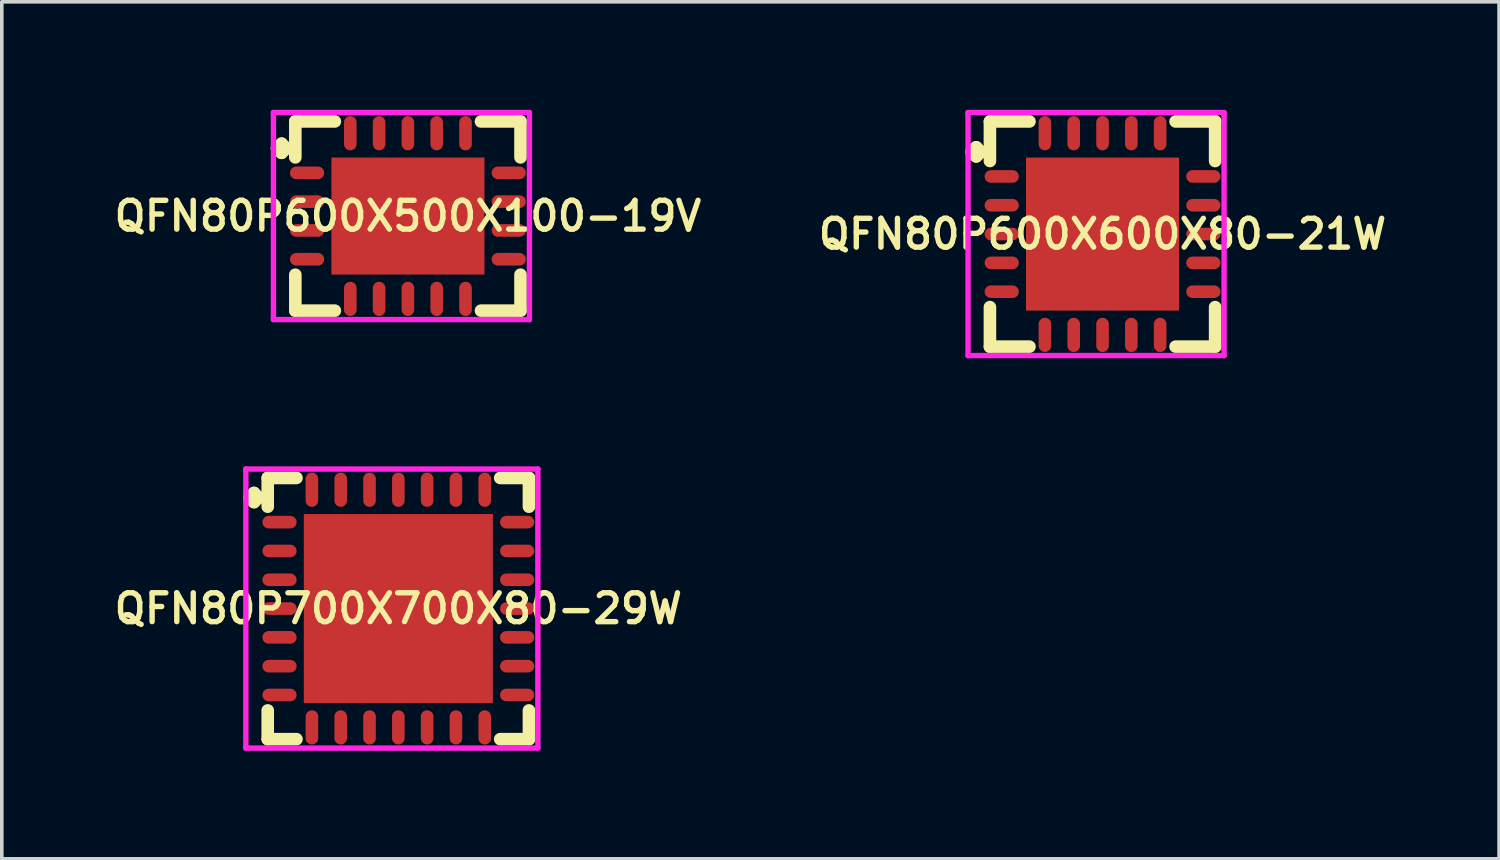
<source format=kicad_pcb>
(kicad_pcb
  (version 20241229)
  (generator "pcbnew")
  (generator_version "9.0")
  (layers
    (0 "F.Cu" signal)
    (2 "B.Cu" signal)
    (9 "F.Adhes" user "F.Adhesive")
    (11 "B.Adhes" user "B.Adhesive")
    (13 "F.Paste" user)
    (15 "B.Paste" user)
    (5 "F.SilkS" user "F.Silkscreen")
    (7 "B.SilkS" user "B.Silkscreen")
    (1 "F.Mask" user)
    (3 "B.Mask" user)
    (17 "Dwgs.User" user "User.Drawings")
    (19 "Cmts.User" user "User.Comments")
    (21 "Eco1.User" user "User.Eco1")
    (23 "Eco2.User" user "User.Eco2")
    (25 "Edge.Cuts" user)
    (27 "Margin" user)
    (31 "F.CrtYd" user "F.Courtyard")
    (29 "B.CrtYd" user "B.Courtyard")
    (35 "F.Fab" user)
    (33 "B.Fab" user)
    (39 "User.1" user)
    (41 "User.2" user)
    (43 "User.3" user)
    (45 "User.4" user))
  (footprint "QFN80P600X600X80-21W"
    (layer "F.Cu")
    (at 27.568 3.45)
    (property "Reference" "QFN80P600X600X80-21W" (at 0 0 0) (layer "F.SilkS") (effects (font (size 0.8 0.8) (thickness 0.15))))
    (attr smd)
    (fp_line (start -3.635 -2.283) (end -3.508 -2.41) (stroke (width 0.35) (type solid)) (layer "F.SilkS"))
    (fp_line (start -3.508 -2.41) (end -3.381 -2.283) (stroke (width 0.35) (type solid)) (layer "F.SilkS"))
    (fp_line (start -3.508 -2.156) (end -3.635 -2.283) (stroke (width 0.35) (type solid)) (layer "F.SilkS"))
    (fp_line (start -3.381 -2.283) (end -3.508 -2.156) (stroke (width 0.35) (type solid)) (layer "F.SilkS"))
    (fp_line (start -3.127 -3.127) (end -2.029 -3.127) (stroke (width 0.35) (type solid)) (layer "F.SilkS"))
    (fp_line (start -3.127 -2.029) (end -3.127 -3.127) (stroke (width 0.35) (type solid)) (layer "F.SilkS"))
    (fp_line (start -3.127 2.029) (end -3.127 3.127) (stroke (width 0.35) (type solid)) (layer "F.SilkS"))
    (fp_line (start -3.127 3.127) (end -2.029 3.127) (stroke (width 0.35) (type solid)) (layer "F.SilkS"))
    (fp_line (start 2.029 -3.127) (end 3.127 -3.127) (stroke (width 0.35) (type solid)) (layer "F.SilkS"))
    (fp_line (start 2.029 3.127) (end 3.127 3.127) (stroke (width 0.35) (type solid)) (layer "F.SilkS"))
    (fp_line (start 3.127 -3.127) (end 3.127 -2.029) (stroke (width 0.35) (type solid)) (layer "F.SilkS"))
    (fp_line (start 3.127 3.127) (end 3.127 2.029) (stroke (width 0.35) (type solid)) (layer "F.SilkS"))
    (fp_line (start -3.735 -3.375) (end 3.375 -3.375) (stroke (width 0.15) (type solid)) (layer "F.CrtYd"))
    (fp_line (start -3.735 3.375) (end -3.735 -3.375) (stroke (width 0.15) (type solid)) (layer "F.CrtYd"))
    (fp_line (start 3.375 -3.375) (end 3.375 3.375) (stroke (width 0.15) (type solid)) (layer "F.CrtYd"))
    (fp_line (start 3.375 3.375) (end -3.735 3.375) (stroke (width 0.15) (type solid)) (layer "F.CrtYd"))
    (pad "1" smd oval (at -2.8 -1.6) (size 0.95 0.35) (layers "F.Cu" "F.Mask" "F.Paste"))
    (pad "2" smd oval (at -2.8 -0.8) (size 0.95 0.35) (layers "F.Cu" "F.Mask" "F.Paste"))
    (pad "3" smd oval (at -2.8 0) (size 0.95 0.35) (layers "F.Cu" "F.Mask" "F.Paste"))
    (pad "4" smd oval (at -2.8 0.8) (size 0.95 0.35) (layers "F.Cu" "F.Mask" "F.Paste"))
    (pad "5" smd oval (at -2.8 1.6) (size 0.95 0.35) (layers "F.Cu" "F.Mask" "F.Paste"))
    (pad "6" smd oval (at -1.6 2.8) (size 0.35 0.95) (layers "F.Cu" "F.Mask" "F.Paste"))
    (pad "7" smd oval (at -0.8 2.8) (size 0.35 0.95) (layers "F.Cu" "F.Mask" "F.Paste"))
    (pad "8" smd oval (at 0 2.8) (size 0.35 0.95) (layers "F.Cu" "F.Mask" "F.Paste"))
    (pad "9" smd oval (at 0.8 2.8) (size 0.35 0.95) (layers "F.Cu" "F.Mask" "F.Paste"))
    (pad "10" smd oval (at 1.6 2.8) (size 0.35 0.95) (layers "F.Cu" "F.Mask" "F.Paste"))
    (pad "11" smd oval (at 2.8 1.6) (size 0.95 0.35) (layers "F.Cu" "F.Mask" "F.Paste"))
    (pad "12" smd oval (at 2.8 0.8) (size 0.95 0.35) (layers "F.Cu" "F.Mask" "F.Paste"))
    (pad "13" smd oval (at 2.8 0) (size 0.95 0.35) (layers "F.Cu" "F.Mask" "F.Paste"))
    (pad "14" smd oval (at 2.8 -0.8) (size 0.95 0.35) (layers "F.Cu" "F.Mask" "F.Paste"))
    (pad "15" smd oval (at 2.8 -1.6) (size 0.95 0.35) (layers "F.Cu" "F.Mask" "F.Paste"))
    (pad "16" smd oval (at 1.6 -2.8) (size 0.35 0.95) (layers "F.Cu" "F.Mask" "F.Paste"))
    (pad "17" smd oval (at 0.8 -2.8) (size 0.35 0.95) (layers "F.Cu" "F.Mask" "F.Paste"))
    (pad "18" smd oval (at 0 -2.8) (size 0.35 0.95) (layers "F.Cu" "F.Mask" "F.Paste"))
    (pad "19" smd oval (at -0.8 -2.8) (size 0.35 0.95) (layers "F.Cu" "F.Mask" "F.Paste"))
    (pad "20" smd oval (at -1.6 -2.8) (size 0.35 0.95) (layers "F.Cu" "F.Mask" "F.Paste"))
    (pad "21" smd rect (at 0 0) (size 4.25 4.25) (layers "F.Cu" "F.Mask" "F.Paste")))
  (footprint "QFN80P600X500X100-19V"
    (layer "F.Cu")
    (at 8.278 2.95)
    (property "Reference" "QFN80P600X500X100-19V" (at 0 0 0) (layer "F.SilkS") (effects (font (size 0.8 0.8) (thickness 0.15))))
    (attr smd)
    (fp_line (start -3.635 -1.883) (end -3.508 -2.01) (stroke (width 0.35) (type solid)) (layer "F.SilkS"))
    (fp_line (start -3.508 -2.01) (end -3.381 -1.883) (stroke (width 0.35) (type solid)) (layer "F.SilkS"))
    (fp_line (start -3.508 -1.756) (end -3.635 -1.883) (stroke (width 0.35) (type solid)) (layer "F.SilkS"))
    (fp_line (start -3.381 -1.883) (end -3.508 -1.756) (stroke (width 0.35) (type solid)) (layer "F.SilkS"))
    (fp_line (start -3.127 -2.627) (end -2.029 -2.627) (stroke (width 0.35) (type solid)) (layer "F.SilkS"))
    (fp_line (start -3.127 -1.629) (end -3.127 -2.627) (stroke (width 0.35) (type solid)) (layer "F.SilkS"))
    (fp_line (start -3.127 1.629) (end -3.127 2.627) (stroke (width 0.35) (type solid)) (layer "F.SilkS"))
    (fp_line (start -3.127 2.627) (end -2.029 2.627) (stroke (width 0.35) (type solid)) (layer "F.SilkS"))
    (fp_line (start 2.029 -2.627) (end 3.127 -2.627) (stroke (width 0.35) (type solid)) (layer "F.SilkS"))
    (fp_line (start 2.029 2.627) (end 3.127 2.627) (stroke (width 0.35) (type solid)) (layer "F.SilkS"))
    (fp_line (start 3.127 -2.627) (end 3.127 -1.629) (stroke (width 0.35) (type solid)) (layer "F.SilkS"))
    (fp_line (start 3.127 2.627) (end 3.127 1.629) (stroke (width 0.35) (type solid)) (layer "F.SilkS"))
    (fp_line (start -3.735 -2.875) (end 3.375 -2.875) (stroke (width 0.15) (type solid)) (layer "F.CrtYd"))
    (fp_line (start -3.735 2.875) (end -3.735 -2.875) (stroke (width 0.15) (type solid)) (layer "F.CrtYd"))
    (fp_line (start 3.375 -2.875) (end 3.375 2.875) (stroke (width 0.15) (type solid)) (layer "F.CrtYd"))
    (fp_line (start 3.375 2.875) (end -3.735 2.875) (stroke (width 0.15) (type solid)) (layer "F.CrtYd"))
    (pad "1" smd oval (at -2.8 -1.2) (size 0.95 0.35) (layers "F.Cu" "F.Mask" "F.Paste"))
    (pad "2" smd oval (at -2.8 -0.4) (size 0.95 0.35) (layers "F.Cu" "F.Mask" "F.Paste"))
    (pad "3" smd oval (at -2.8 0.4) (size 0.95 0.35) (layers "F.Cu" "F.Mask" "F.Paste"))
    (pad "4" smd oval (at -2.8 1.2) (size 0.95 0.35) (layers "F.Cu" "F.Mask" "F.Paste"))
    (pad "5" smd oval (at -1.6 2.3) (size 0.35 0.95) (layers "F.Cu" "F.Mask" "F.Paste"))
    (pad "6" smd oval (at -0.8 2.3) (size 0.35 0.95) (layers "F.Cu" "F.Mask" "F.Paste"))
    (pad "7" smd oval (at 0 2.3) (size 0.35 0.95) (layers "F.Cu" "F.Mask" "F.Paste"))
    (pad "8" smd oval (at 0.8 2.3) (size 0.35 0.95) (layers "F.Cu" "F.Mask" "F.Paste"))
    (pad "9" smd oval (at 1.6 2.3) (size 0.35 0.95) (layers "F.Cu" "F.Mask" "F.Paste"))
    (pad "10" smd oval (at 2.8 1.2) (size 0.95 0.35) (layers "F.Cu" "F.Mask" "F.Paste"))
    (pad "11" smd oval (at 2.8 0.4) (size 0.95 0.35) (layers "F.Cu" "F.Mask" "F.Paste"))
    (pad "12" smd oval (at 2.8 -0.4) (size 0.95 0.35) (layers "F.Cu" "F.Mask" "F.Paste"))
    (pad "13" smd oval (at 2.8 -1.2) (size 0.95 0.35) (layers "F.Cu" "F.Mask" "F.Paste"))
    (pad "14" smd oval (at 1.6 -2.3) (size 0.35 0.95) (layers "F.Cu" "F.Mask" "F.Paste"))
    (pad "15" smd oval (at 0.8 -2.3) (size 0.35 0.95) (layers "F.Cu" "F.Mask" "F.Paste"))
    (pad "16" smd oval (at 0 -2.3) (size 0.35 0.95) (layers "F.Cu" "F.Mask" "F.Paste"))
    (pad "17" smd oval (at -0.8 -2.3) (size 0.35 0.95) (layers "F.Cu" "F.Mask" "F.Paste"))
    (pad "18" smd oval (at -1.6 -2.3) (size 0.35 0.95) (layers "F.Cu" "F.Mask" "F.Paste"))
    (pad "19" smd rect (at 0 0) (size 4.25 3.25) (layers "F.Cu" "F.Mask" "F.Paste")))
  (footprint "QFN80P700X700X80-29W"
    (layer "F.Cu")
    (at 8.012 13.85)
    (property "Reference" "QFN80P700X700X80-29W" (at 0 0 0) (layer "F.SilkS") (effects (font (size 0.8 0.8) (thickness 0.15))))
    (attr smd)
    (fp_line (start -4.135 -3.083) (end -4.008 -3.21) (stroke (width 0.35) (type solid)) (layer "F.SilkS"))
    (fp_line (start -4.008 -3.21) (end -3.881 -3.083) (stroke (width 0.35) (type solid)) (layer "F.SilkS"))
    (fp_line (start -4.008 -2.956) (end -4.135 -3.083) (stroke (width 0.35) (type solid)) (layer "F.SilkS"))
    (fp_line (start -3.881 -3.083) (end -4.008 -2.956) (stroke (width 0.35) (type solid)) (layer "F.SilkS"))
    (fp_line (start -3.627 -3.627) (end -2.829 -3.627) (stroke (width 0.35) (type solid)) (layer "F.SilkS"))
    (fp_line (start -3.627 -2.829) (end -3.627 -3.627) (stroke (width 0.35) (type solid)) (layer "F.SilkS"))
    (fp_line (start -3.627 2.829) (end -3.627 3.627) (stroke (width 0.35) (type solid)) (layer "F.SilkS"))
    (fp_line (start -3.627 3.627) (end -2.829 3.627) (stroke (width 0.35) (type solid)) (layer "F.SilkS"))
    (fp_line (start 2.829 -3.627) (end 3.627 -3.627) (stroke (width 0.35) (type solid)) (layer "F.SilkS"))
    (fp_line (start 2.829 3.627) (end 3.627 3.627) (stroke (width 0.35) (type solid)) (layer "F.SilkS"))
    (fp_line (start 3.627 -3.627) (end 3.627 -2.829) (stroke (width 0.35) (type solid)) (layer "F.SilkS"))
    (fp_line (start 3.627 3.627) (end 3.627 2.829) (stroke (width 0.35) (type solid)) (layer "F.SilkS"))
    (fp_line (start -4.235 -3.875) (end 3.875 -3.875) (stroke (width 0.15) (type solid)) (layer "F.CrtYd"))
    (fp_line (start -4.235 3.875) (end -4.235 -3.875) (stroke (width 0.15) (type solid)) (layer "F.CrtYd"))
    (fp_line (start 3.875 -3.875) (end 3.875 3.875) (stroke (width 0.15) (type solid)) (layer "F.CrtYd"))
    (fp_line (start 3.875 3.875) (end -4.235 3.875) (stroke (width 0.15) (type solid)) (layer "F.CrtYd"))
    (pad "1" smd oval (at -3.3 -2.4) (size 0.95 0.35) (layers "F.Cu" "F.Mask" "F.Paste"))
    (pad "2" smd oval (at -3.3 -1.6) (size 0.95 0.35) (layers "F.Cu" "F.Mask" "F.Paste"))
    (pad "3" smd oval (at -3.3 -0.8) (size 0.95 0.35) (layers "F.Cu" "F.Mask" "F.Paste"))
    (pad "4" smd oval (at -3.3 0) (size 0.95 0.35) (layers "F.Cu" "F.Mask" "F.Paste"))
    (pad "5" smd oval (at -3.3 0.8) (size 0.95 0.35) (layers "F.Cu" "F.Mask" "F.Paste"))
    (pad "6" smd oval (at -3.3 1.6) (size 0.95 0.35) (layers "F.Cu" "F.Mask" "F.Paste"))
    (pad "7" smd oval (at -3.3 2.4) (size 0.95 0.35) (layers "F.Cu" "F.Mask" "F.Paste"))
    (pad "8" smd oval (at -2.4 3.3) (size 0.35 0.95) (layers "F.Cu" "F.Mask" "F.Paste"))
    (pad "9" smd oval (at -1.6 3.3) (size 0.35 0.95) (layers "F.Cu" "F.Mask" "F.Paste"))
    (pad "10" smd oval (at -0.8 3.3) (size 0.35 0.95) (layers "F.Cu" "F.Mask" "F.Paste"))
    (pad "11" smd oval (at 0 3.3) (size 0.35 0.95) (layers "F.Cu" "F.Mask" "F.Paste"))
    (pad "12" smd oval (at 0.8 3.3) (size 0.35 0.95) (layers "F.Cu" "F.Mask" "F.Paste"))
    (pad "13" smd oval (at 1.6 3.3) (size 0.35 0.95) (layers "F.Cu" "F.Mask" "F.Paste"))
    (pad "14" smd oval (at 2.4 3.3) (size 0.35 0.95) (layers "F.Cu" "F.Mask" "F.Paste"))
    (pad "15" smd oval (at 3.3 2.4) (size 0.95 0.35) (layers "F.Cu" "F.Mask" "F.Paste"))
    (pad "16" smd oval (at 3.3 1.6) (size 0.95 0.35) (layers "F.Cu" "F.Mask" "F.Paste"))
    (pad "17" smd oval (at 3.3 0.8) (size 0.95 0.35) (layers "F.Cu" "F.Mask" "F.Paste"))
    (pad "18" smd oval (at 3.3 0) (size 0.95 0.35) (layers "F.Cu" "F.Mask" "F.Paste"))
    (pad "19" smd oval (at 3.3 -0.8) (size 0.95 0.35) (layers "F.Cu" "F.Mask" "F.Paste"))
    (pad "20" smd oval (at 3.3 -1.6) (size 0.95 0.35) (layers "F.Cu" "F.Mask" "F.Paste"))
    (pad "21" smd oval (at 3.3 -2.4) (size 0.95 0.35) (layers "F.Cu" "F.Mask" "F.Paste"))
    (pad "22" smd oval (at 2.4 -3.3) (size 0.35 0.95) (layers "F.Cu" "F.Mask" "F.Paste"))
    (pad "23" smd oval (at 1.6 -3.3) (size 0.35 0.95) (layers "F.Cu" "F.Mask" "F.Paste"))
    (pad "24" smd oval (at 0.8 -3.3) (size 0.35 0.95) (layers "F.Cu" "F.Mask" "F.Paste"))
    (pad "25" smd oval (at 0 -3.3) (size 0.35 0.95) (layers "F.Cu" "F.Mask" "F.Paste"))
    (pad "26" smd oval (at -0.8 -3.3) (size 0.35 0.95) (layers "F.Cu" "F.Mask" "F.Paste"))
    (pad "27" smd oval (at -1.6 -3.3) (size 0.35 0.95) (layers "F.Cu" "F.Mask" "F.Paste"))
    (pad "28" smd oval (at -2.4 -3.3) (size 0.35 0.95) (layers "F.Cu" "F.Mask" "F.Paste"))
    (pad "29" smd rect (at 0 0) (size 5.25 5.25) (layers "F.Cu" "F.Mask" "F.Paste")))
  (gr_rect
    (start -3 -3)
    (end 38.58 20.8)
    (stroke (width 0.1) (type default))
    (fill no)
    (layer "Edge.Cuts")))
</source>
